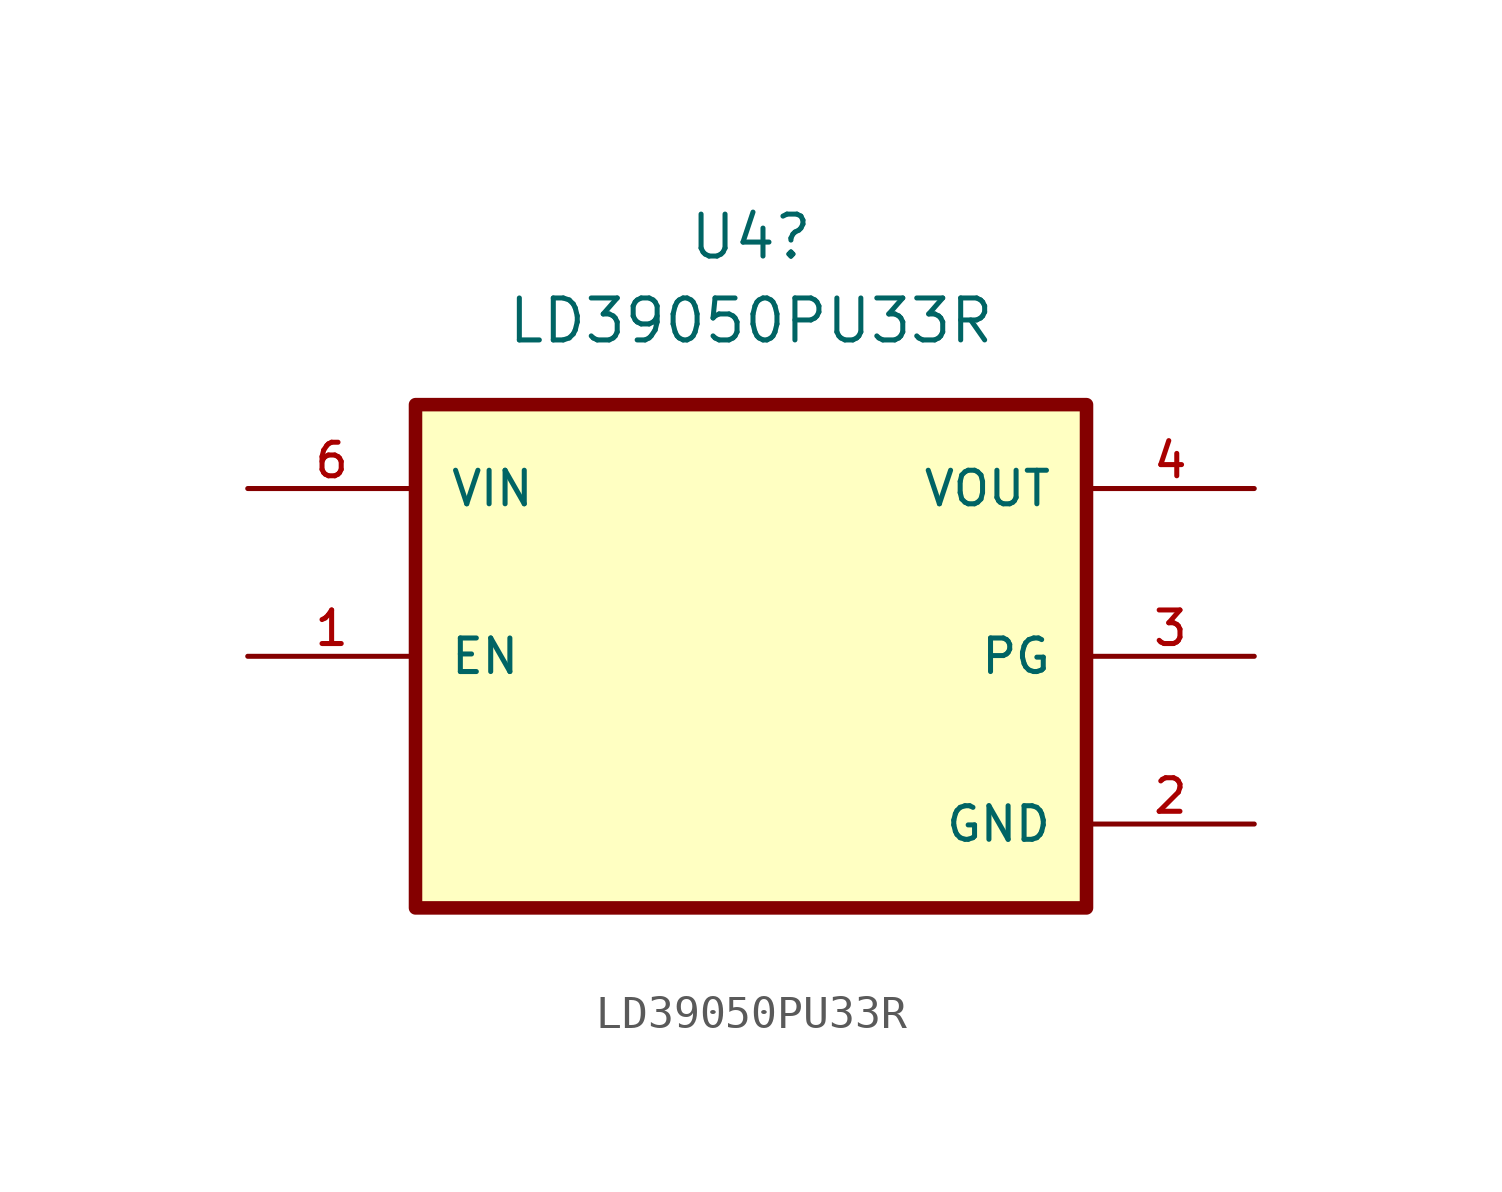
<source format=kicad_sym>
(kicad_symbol_lib
  (version 20241209)
  (generator "kicad_symbol_editor")
  (generator_version "9.0")
  (symbol "LD39050PU33R"
    (pin_names
      (offset 1.016))
    (property "Reference" "U4"
      (at 0 12.7 0)
      (effects (font (size 1.27 1.27))))
    (property "Value" "LD39050PU33R"
      (at 0 10.16 0)
      (effects (font (size 1.27 1.27))))
    (symbol "LD39050PU33R_0_0"
      (rectangle (start -10.16 -7.62) (end 10.16 7.62) (stroke (width 0.41) (type default)) (fill (type background)))
      (pin power_in line (at -15.24 5.08 0) (length 5.08) (name "VIN" (effects (font (size 1.016 1.016)))) (number "6" (effects (font (size 1.016 1.016)))))
      (pin input line (at -15.24 0 0) (length 5.08) (name "EN" (effects (font (size 1.016 1.016)))) (number "1" (effects (font (size 1.016 1.016)))))
      (pin output line (at 15.24 5.08 180) (length 5.08) (name "VOUT" (effects (font (size 1.016 1.016)))) (number "4" (effects (font (size 1.016 1.016)))))
      (pin bidirectional line (at 15.24 0 180) (length 5.08) (name "PG" (effects (font (size 1.016 1.016)))) (number "3" (effects (font (size 1.016 1.016)))))
      (pin power_in line (at 15.24 -5.08 180) (length 5.08) (name "GND" (effects (font (size 1.016 1.016)))) (number "2" (effects (font (size 1.016 1.016)))))
      (pin power_in line (at 15.24 -5.08 180) (length 5.08) (hide yes) (name "GND" (effects (font (size 1.016 1.016)))) (number "7" (effects (font (size 1.016 1.016))))))))
</source>
